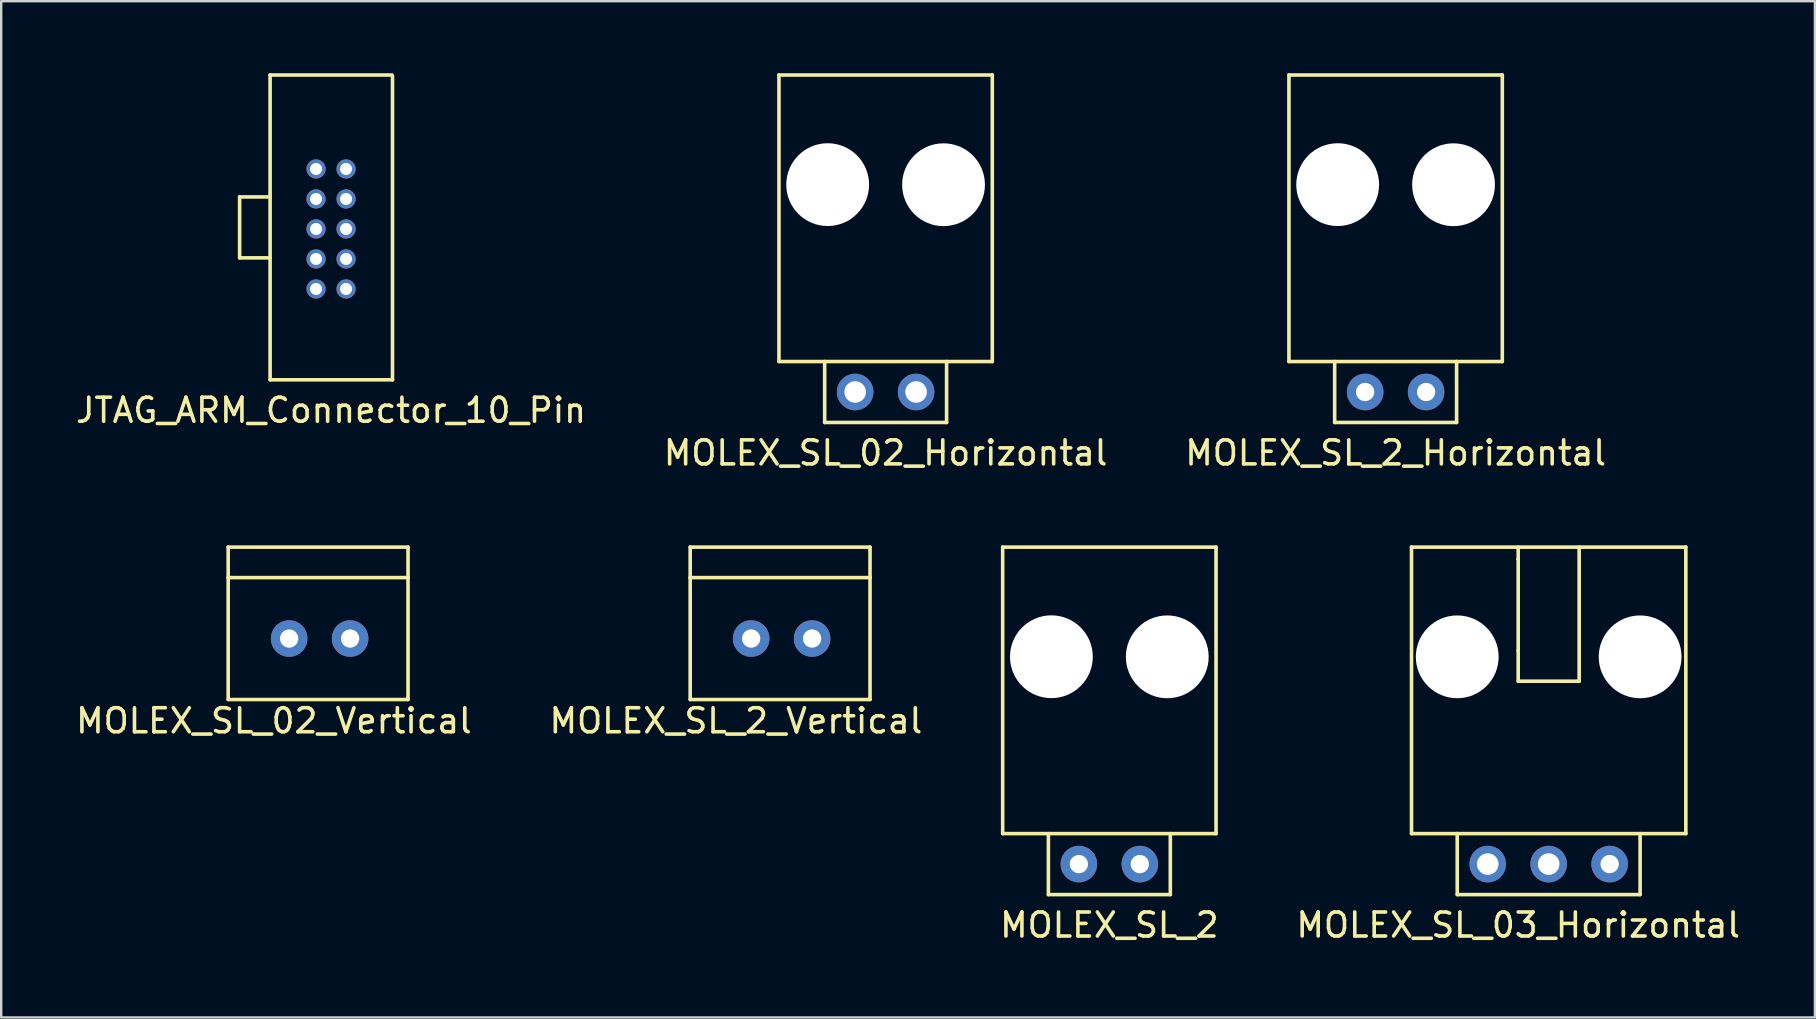
<source format=kicad_pcb>
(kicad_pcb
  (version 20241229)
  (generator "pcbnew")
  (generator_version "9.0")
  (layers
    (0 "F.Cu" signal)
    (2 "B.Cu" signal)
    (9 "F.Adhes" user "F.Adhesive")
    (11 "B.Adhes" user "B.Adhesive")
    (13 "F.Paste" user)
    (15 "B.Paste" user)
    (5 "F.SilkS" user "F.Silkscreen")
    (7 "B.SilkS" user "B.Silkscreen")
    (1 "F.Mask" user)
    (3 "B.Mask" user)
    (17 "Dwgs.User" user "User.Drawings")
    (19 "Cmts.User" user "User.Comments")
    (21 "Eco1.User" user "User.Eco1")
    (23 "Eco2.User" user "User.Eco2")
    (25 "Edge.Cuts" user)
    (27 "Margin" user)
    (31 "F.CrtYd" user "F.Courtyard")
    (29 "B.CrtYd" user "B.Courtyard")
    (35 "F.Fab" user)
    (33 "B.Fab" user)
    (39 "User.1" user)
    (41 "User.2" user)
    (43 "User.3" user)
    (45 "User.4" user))
  (footprint "MOLEX_SL_2_Vertical"
    (layer "F.Cu")
    (at 29.518 23.556)
    (property "Reference" "MOLEX_SL_2_Vertical" (at -1.905 3.429 0) (layer "F.SilkS") (effects (font (size 1 1) (thickness 0.15))))
    (attr through_hole)
    (fp_line (start -3.81 -3.81) (end 3.683 -3.81) (stroke (width 0.15) (type solid)) (layer "F.SilkS"))
    (fp_line (start -3.81 -2.54) (end -3.81 -3.81) (stroke (width 0.15) (type solid)) (layer "F.SilkS"))
    (fp_line (start -3.81 -2.54) (end -3.81 2.54) (stroke (width 0.15) (type solid)) (layer "F.SilkS"))
    (fp_line (start -3.81 -2.54) (end 3.683 -2.54) (stroke (width 0.15) (type solid)) (layer "F.SilkS"))
    (fp_line (start 3.683 -3.81) (end 3.683 -2.54) (stroke (width 0.15) (type solid)) (layer "F.SilkS"))
    (fp_line (start 3.683 -2.54) (end 3.683 2.54) (stroke (width 0.15) (type solid)) (layer "F.SilkS"))
    (fp_line (start 3.683 2.54) (end -3.81 2.54) (stroke (width 0.15) (type solid)) (layer "F.SilkS"))
    (pad "1" thru_hole circle (at -1.27 0) (size 1.524 1.524) (drill 0.762) (layers "*.Cu" "*.Mask"))
    (pad "2" thru_hole circle (at 1.27 0) (size 1.524 1.524) (drill 0.762) (layers "*.Cu" "*.Mask")))
  (footprint "MOLEX_SL_2"
    (layer "F.Cu")
    (at 43.173 32.954)
    (property "Reference" "MOLEX_SL_2" (at 0 2.54 0) (layer "F.SilkS") (effects (font (size 1 1) (thickness 0.15))))
    (attr through_hole)
    (fp_line (start -4.445 -13.208) (end 4.445 -13.208) (stroke (width 0.15) (type solid)) (layer "F.SilkS"))
    (fp_line (start -4.445 -1.27) (end -4.445 -13.208) (stroke (width 0.15) (type solid)) (layer "F.SilkS"))
    (fp_line (start -4.445 -1.27) (end 4.445 -1.27) (stroke (width 0.15) (type solid)) (layer "F.SilkS"))
    (fp_line (start -2.54 1.27) (end -2.54 -1.27) (stroke (width 0.15) (type solid)) (layer "F.SilkS"))
    (fp_line (start 2.54 -1.27) (end 2.54 1.27) (stroke (width 0.15) (type solid)) (layer "F.SilkS"))
    (fp_line (start 2.54 1.27) (end -2.54 1.27) (stroke (width 0.15) (type solid)) (layer "F.SilkS"))
    (fp_line (start 4.445 -1.27) (end 4.445 -13.208) (stroke (width 0.15) (type solid)) (layer "F.SilkS"))
    (pad "" np_thru_hole circle (at -2.415 -8.64) (size 3.45 3.45) (drill 3.45) (layers "*.Cu" "*.Mask"))
    (pad "" np_thru_hole circle (at 2.413 -8.636) (size 3.45 3.45) (drill 3.45) (layers "*.Cu" "*.Mask"))
    (pad "1" thru_hole circle (at -1.27 0) (size 1.524 1.524) (drill 0.762) (layers "*.Cu" "*.Mask"))
    (pad "2" thru_hole circle (at 1.27 0) (size 1.524 1.524) (drill 0.762) (layers "*.Cu" "*.Mask")))
  (footprint "MOLEX_SL_03_Horizontal"
    (layer "F.Cu")
    (at 61.478 32.954)
    (property "Reference" "MOLEX_SL_03_Horizontal" (at -1.27 2.54 0) (layer "F.SilkS") (effects (font (size 1 1) (thickness 0.15))))
    (attr through_hole)
    (fp_line (start -5.715 -1.27) (end -5.715 -13.208) (stroke (width 0.15) (type solid)) (layer "F.SilkS"))
    (fp_line (start -3.81 -1.27) (end -5.715 -1.27) (stroke (width 0.15) (type solid)) (layer "F.SilkS"))
    (fp_line (start -3.81 1.27) (end -3.81 -1.27) (stroke (width 0.15) (type solid)) (layer "F.SilkS"))
    (fp_line (start -1.27 -13.208) (end -1.27 -12.7) (stroke (width 0.15) (type solid)) (layer "F.SilkS"))
    (fp_line (start -1.27 -8.89) (end -1.27 -12.7) (stroke (width 0.15) (type solid)) (layer "F.SilkS"))
    (fp_line (start -1.27 -8.89) (end -1.27 -7.62) (stroke (width 0.15) (type solid)) (layer "F.SilkS"))
    (fp_line (start 1.27 -13.208) (end 1.27 -7.62) (stroke (width 0.15) (type solid)) (layer "F.SilkS"))
    (fp_line (start 1.27 -7.62) (end -1.27 -7.62) (stroke (width 0.15) (type solid)) (layer "F.SilkS"))
    (fp_line (start 3.81 -1.27) (end 3.81 1.27) (stroke (width 0.15) (type solid)) (layer "F.SilkS"))
    (fp_line (start 3.81 1.27) (end -3.81 1.27) (stroke (width 0.15) (type solid)) (layer "F.SilkS"))
    (fp_line (start 5.715 -13.208) (end -5.715 -13.208) (stroke (width 0.15) (type solid)) (layer "F.SilkS"))
    (fp_line (start 5.715 -1.27) (end -3.81 -1.27) (stroke (width 0.15) (type solid)) (layer "F.SilkS"))
    (fp_line (start 5.715 -1.27) (end 5.715 -13.208) (stroke (width 0.15) (type solid)) (layer "F.SilkS"))
    (pad "" np_thru_hole circle (at -3.81 -8.636) (size 3.45 3.45) (drill 3.45) (layers "*.Cu" "*.Mask"))
    (pad "" np_thru_hole circle (at 3.81 -8.636) (size 3.45 3.45) (drill 3.45) (layers "*.Cu" "*.Mask"))
    (pad "1" thru_hole circle (at -2.54 0) (size 1.524 1.524) (drill 0.9) (layers "*.Cu" "*.Mask"))
    (pad "2" thru_hole circle (at 0 0) (size 1.524 1.524) (drill 0.9) (layers "*.Cu" "*.Mask"))
    (pad "3" thru_hole circle (at 2.54 0) (size 1.524 1.524) (drill 0.762) (layers "*.Cu" "*.Mask")))
  (footprint "MOLEX_SL_2_Horizontal"
    (layer "F.Cu")
    (at 55.101 13.283)
    (property "Reference" "MOLEX_SL_2_Horizontal" (at 0 2.54 0) (layer "F.SilkS") (effects (font (size 1 1) (thickness 0.15))))
    (attr through_hole)
    (fp_line (start -4.445 -13.208) (end 4.445 -13.208) (stroke (width 0.15) (type solid)) (layer "F.SilkS"))
    (fp_line (start -4.445 -1.27) (end -4.445 -13.208) (stroke (width 0.15) (type solid)) (layer "F.SilkS"))
    (fp_line (start -4.445 -1.27) (end 4.445 -1.27) (stroke (width 0.15) (type solid)) (layer "F.SilkS"))
    (fp_line (start -2.54 1.27) (end -2.54 -1.27) (stroke (width 0.15) (type solid)) (layer "F.SilkS"))
    (fp_line (start 2.54 -1.27) (end 2.54 1.27) (stroke (width 0.15) (type solid)) (layer "F.SilkS"))
    (fp_line (start 2.54 1.27) (end -2.54 1.27) (stroke (width 0.15) (type solid)) (layer "F.SilkS"))
    (fp_line (start 4.445 -1.27) (end 4.445 -13.208) (stroke (width 0.15) (type solid)) (layer "F.SilkS"))
    (pad "" np_thru_hole circle (at -2.415 -8.64) (size 3.45 3.45) (drill 3.45) (layers "*.Cu" "*.Mask"))
    (pad "" np_thru_hole circle (at 2.413 -8.636) (size 3.45 3.45) (drill 3.45) (layers "*.Cu" "*.Mask"))
    (pad "1" thru_hole circle (at -1.27 0) (size 1.524 1.524) (drill 0.762) (layers "*.Cu" "*.Mask"))
    (pad "2" thru_hole circle (at 1.27 0) (size 1.524 1.524) (drill 0.762) (layers "*.Cu" "*.Mask")))
  (footprint "MOLEX_SL_02_Vertical"
    (layer "F.Cu")
    (at 10.268 23.556)
    (property "Reference" "MOLEX_SL_02_Vertical" (at -1.905 3.429 0) (layer "F.SilkS") (effects (font (size 1 1) (thickness 0.15))))
    (attr through_hole)
    (fp_line (start -3.81 -3.81) (end 3.683 -3.81) (stroke (width 0.15) (type solid)) (layer "F.SilkS"))
    (fp_line (start -3.81 -2.54) (end -3.81 -3.81) (stroke (width 0.15) (type solid)) (layer "F.SilkS"))
    (fp_line (start -3.81 -2.54) (end -3.81 2.54) (stroke (width 0.15) (type solid)) (layer "F.SilkS"))
    (fp_line (start -3.81 -2.54) (end 3.683 -2.54) (stroke (width 0.15) (type solid)) (layer "F.SilkS"))
    (fp_line (start 3.683 -3.81) (end 3.683 -2.54) (stroke (width 0.15) (type solid)) (layer "F.SilkS"))
    (fp_line (start 3.683 -2.54) (end 3.683 2.54) (stroke (width 0.15) (type solid)) (layer "F.SilkS"))
    (fp_line (start 3.683 2.54) (end -3.81 2.54) (stroke (width 0.15) (type solid)) (layer "F.SilkS"))
    (pad "1" thru_hole circle (at -1.27 0) (size 1.524 1.524) (drill 0.762) (layers "*.Cu" "*.Mask"))
    (pad "2" thru_hole circle (at 1.27 0) (size 1.524 1.524) (drill 0.762) (layers "*.Cu" "*.Mask")))
  (footprint "JTAG_ARM_Connector_10_Pin"
    (layer "F.Cu")
    (at 10.109 4.012)
    (property "Reference" "JTAG_ARM_Connector_10_Pin" (at 0.635 10.033 0) (layer "F.SilkS") (effects (font (size 1 1) (thickness 0.15))))
    (attr through_hole)
    (fp_line (start -3.175 1.143) (end -3.175 3.683) (stroke (width 0.15) (type solid)) (layer "F.SilkS"))
    (fp_line (start -3.175 3.683) (end -1.905 3.683) (stroke (width 0.15) (type solid)) (layer "F.SilkS"))
    (fp_line (start -1.905 -3.937) (end -1.905 8.763) (stroke (width 0.15) (type solid)) (layer "F.SilkS"))
    (fp_line (start -1.905 1.143) (end -3.175 1.143) (stroke (width 0.15) (type solid)) (layer "F.SilkS"))
    (fp_line (start -1.905 8.763) (end 3.195 8.763) (stroke (width 0.15) (type solid)) (layer "F.SilkS"))
    (fp_line (start 3.175 -3.937) (end -1.905 -3.937) (stroke (width 0.15) (type solid)) (layer "F.SilkS"))
    (fp_line (start 3.195 -3.887) (end 3.195 8.763) (stroke (width 0.15) (type solid)) (layer "F.SilkS"))
    (pad "1" thru_hole circle (at 0.01 -0.022) (size 0.8 0.8) (drill 0.5) (layers "*.Cu" "*.Mask"))
    (pad "2" thru_hole circle (at 1.26 -0.022) (size 0.8 0.8) (drill 0.5) (layers "*.Cu" "*.Mask"))
    (pad "3" thru_hole circle (at 0.01 1.228) (size 0.8 0.8) (drill 0.5) (layers "*.Cu" "*.Mask"))
    (pad "4" thru_hole circle (at 1.26 1.228) (size 0.8 0.8) (drill 0.5) (layers "*.Cu" "*.Mask"))
    (pad "5" thru_hole circle (at 0.01 2.478) (size 0.8 0.8) (drill 0.5) (layers "*.Cu" "*.Mask"))
    (pad "6" thru_hole circle (at 1.26 2.478) (size 0.8 0.8) (drill 0.5) (layers "*.Cu" "*.Mask"))
    (pad "7" thru_hole circle (at 0.01 3.728) (size 0.8 0.8) (drill 0.5) (layers "*.Cu" "*.Mask"))
    (pad "8" thru_hole circle (at 1.26 3.728) (size 0.8 0.8) (drill 0.5) (layers "*.Cu" "*.Mask"))
    (pad "9" thru_hole circle (at 0.01 4.978) (size 0.8 0.8) (drill 0.5) (layers "*.Cu" "*.Mask"))
    (pad "10" thru_hole circle (at 1.26 4.978) (size 0.8 0.8) (drill 0.5) (layers "*.Cu" "*.Mask")))
  (footprint "MOLEX_SL_02_Horizontal"
    (layer "F.Cu")
    (at 32.581 13.283)
    (property "Reference" "MOLEX_SL_02_Horizontal" (at 1.27 2.54 0) (layer "F.SilkS") (effects (font (size 1 1) (thickness 0.15))))
    (attr through_hole)
    (fp_line (start -3.175 -13.208) (end 5.715 -13.208) (stroke (width 0.15) (type solid)) (layer "F.SilkS"))
    (fp_line (start -3.175 -1.27) (end -3.175 -13.208) (stroke (width 0.15) (type solid)) (layer "F.SilkS"))
    (fp_line (start -3.175 -1.27) (end 5.715 -1.27) (stroke (width 0.15) (type solid)) (layer "F.SilkS"))
    (fp_line (start -1.27 1.27) (end -1.27 -1.27) (stroke (width 0.15) (type solid)) (layer "F.SilkS"))
    (fp_line (start 3.81 -1.27) (end 3.81 1.27) (stroke (width 0.15) (type solid)) (layer "F.SilkS"))
    (fp_line (start 3.81 1.27) (end -1.27 1.27) (stroke (width 0.15) (type solid)) (layer "F.SilkS"))
    (fp_line (start 5.715 -1.27) (end 5.715 -13.208) (stroke (width 0.15) (type solid)) (layer "F.SilkS"))
    (pad "" np_thru_hole circle (at -1.145 -8.64) (size 3.45 3.45) (drill 3.45) (layers "*.Cu" "*.Mask"))
    (pad "" np_thru_hole circle (at 3.683 -8.636) (size 3.45 3.45) (drill 3.45) (layers "*.Cu" "*.Mask"))
    (pad "1" thru_hole circle (at 0 0) (size 1.524 1.524) (drill 0.9) (layers "*.Cu" "*.Mask"))
    (pad "2" thru_hole circle (at 2.54 0) (size 1.524 1.524) (drill 0.9) (layers "*.Cu" "*.Mask")))
  (gr_rect
    (start -3 -3)
    (end 72.571 39.343)
    (stroke (width 0.1) (type default))
    (fill no)
    (layer "Edge.Cuts")))
</source>
